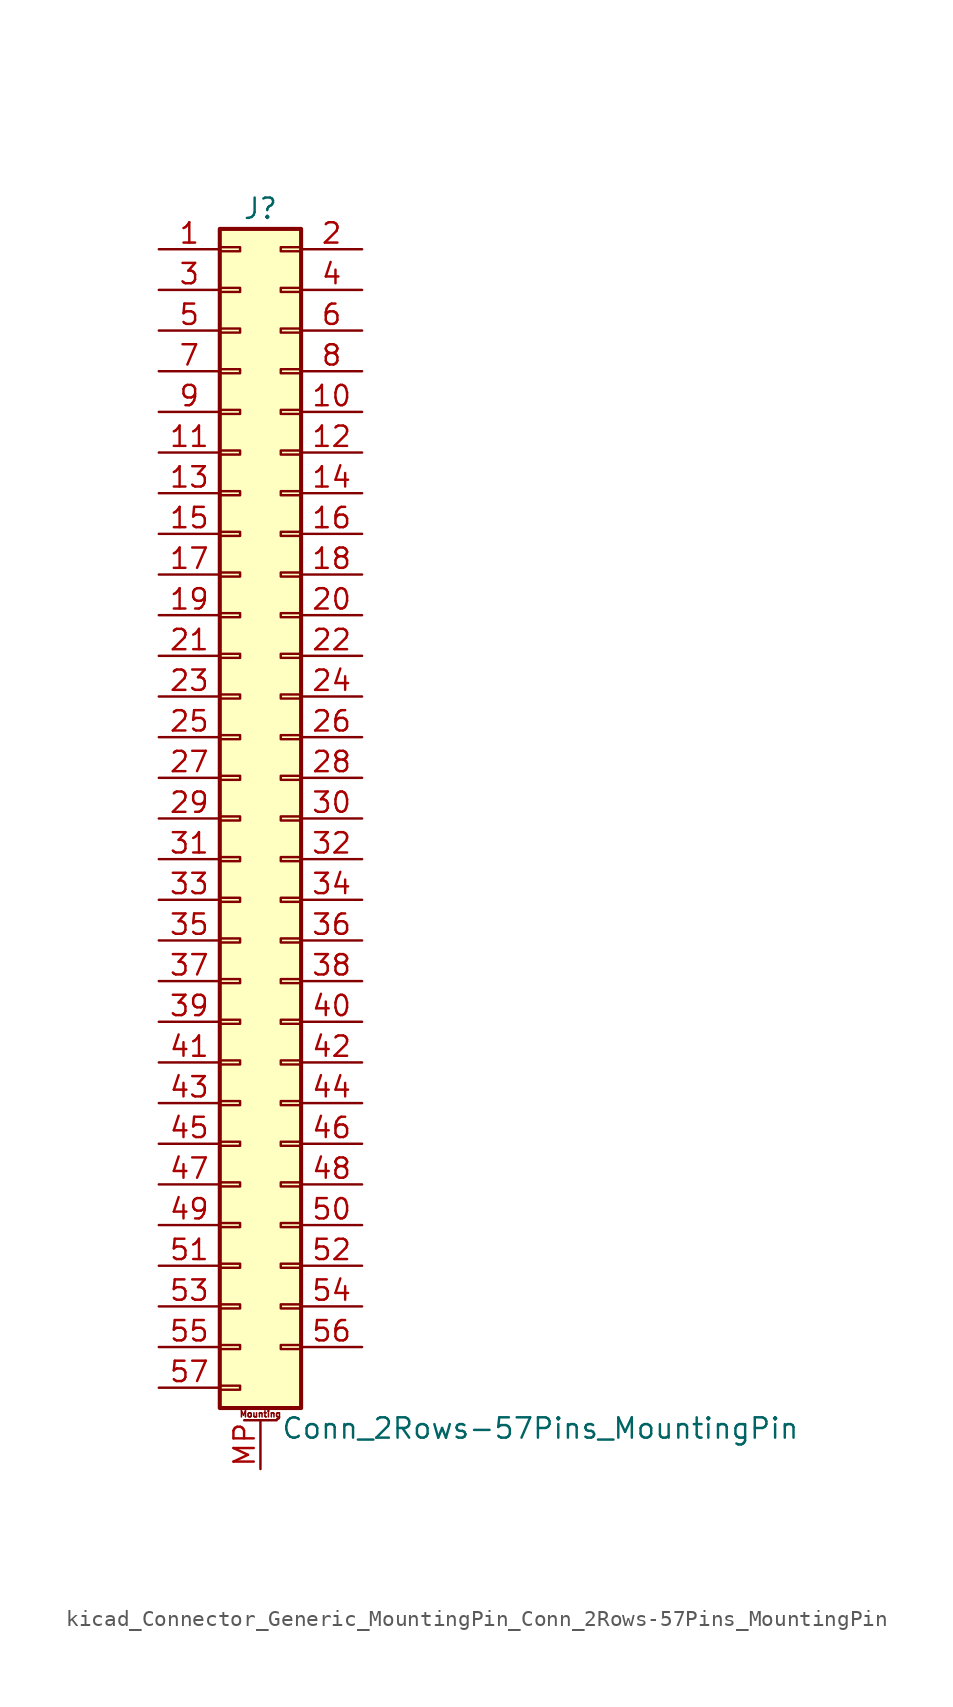
<source format=kicad_sym>
(kicad_symbol_lib
  (version 20220914)
  (generator kicad_symbol_editor)
  (symbol "kicad_Connector_Generic_MountingPin_Conn_2Rows-57Pins_MountingPin"
    (pin_names
      (offset 1.016) hide)
    (property "Reference" "J"
      (at 1.27 38.1 0)
      (effects (font (size 1.27 1.27))))
    (property "Value" "Conn_2Rows-57Pins_MountingPin"
      (at 2.54 -38.1 0)
      (effects (font (size 1.27 1.27)) (justify left)))
    (symbol "kicad_Connector_Generic_MountingPin_Conn_2Rows-57Pins_MountingPin_1_1"
      (rectangle (start -1.27 -35.433) (end 0 -35.687) (stroke (width 0.152) (type default)) (fill (type none)))
      (rectangle (start -1.27 -32.893) (end 0 -33.147) (stroke (width 0.152) (type default)) (fill (type none)))
      (rectangle (start -1.27 -30.353) (end 0 -30.607) (stroke (width 0.152) (type default)) (fill (type none)))
      (rectangle (start -1.27 -27.813) (end 0 -28.067) (stroke (width 0.152) (type default)) (fill (type none)))
      (rectangle (start -1.27 -25.273) (end 0 -25.527) (stroke (width 0.152) (type default)) (fill (type none)))
      (rectangle (start -1.27 -22.733) (end 0 -22.987) (stroke (width 0.152) (type default)) (fill (type none)))
      (rectangle (start -1.27 -20.193) (end 0 -20.447) (stroke (width 0.152) (type default)) (fill (type none)))
      (rectangle (start -1.27 -17.653) (end 0 -17.907) (stroke (width 0.152) (type default)) (fill (type none)))
      (rectangle (start -1.27 -15.113) (end 0 -15.367) (stroke (width 0.152) (type default)) (fill (type none)))
      (rectangle (start -1.27 -12.573) (end 0 -12.827) (stroke (width 0.152) (type default)) (fill (type none)))
      (rectangle (start -1.27 -10.033) (end 0 -10.287) (stroke (width 0.152) (type default)) (fill (type none)))
      (rectangle (start -1.27 -7.493) (end 0 -7.747) (stroke (width 0.152) (type default)) (fill (type none)))
      (rectangle (start -1.27 -4.953) (end 0 -5.207) (stroke (width 0.152) (type default)) (fill (type none)))
      (rectangle (start -1.27 -2.413) (end 0 -2.667) (stroke (width 0.152) (type default)) (fill (type none)))
      (rectangle (start -1.27 0.127) (end 0 -0.127) (stroke (width 0.152) (type default)) (fill (type none)))
      (rectangle (start -1.27 2.667) (end 0 2.413) (stroke (width 0.152) (type default)) (fill (type none)))
      (rectangle (start -1.27 5.207) (end 0 4.953) (stroke (width 0.152) (type default)) (fill (type none)))
      (rectangle (start -1.27 7.747) (end 0 7.493) (stroke (width 0.152) (type default)) (fill (type none)))
      (rectangle (start -1.27 10.287) (end 0 10.033) (stroke (width 0.152) (type default)) (fill (type none)))
      (rectangle (start -1.27 12.827) (end 0 12.573) (stroke (width 0.152) (type default)) (fill (type none)))
      (rectangle (start -1.27 15.367) (end 0 15.113) (stroke (width 0.152) (type default)) (fill (type none)))
      (rectangle (start -1.27 17.907) (end 0 17.653) (stroke (width 0.152) (type default)) (fill (type none)))
      (rectangle (start -1.27 20.447) (end 0 20.193) (stroke (width 0.152) (type default)) (fill (type none)))
      (rectangle (start -1.27 22.987) (end 0 22.733) (stroke (width 0.152) (type default)) (fill (type none)))
      (rectangle (start -1.27 25.527) (end 0 25.273) (stroke (width 0.152) (type default)) (fill (type none)))
      (rectangle (start -1.27 28.067) (end 0 27.813) (stroke (width 0.152) (type default)) (fill (type none)))
      (rectangle (start -1.27 30.607) (end 0 30.353) (stroke (width 0.152) (type default)) (fill (type none)))
      (rectangle (start -1.27 33.147) (end 0 32.893) (stroke (width 0.152) (type default)) (fill (type none)))
      (rectangle (start -1.27 35.687) (end 0 35.433) (stroke (width 0.152) (type default)) (fill (type none)))
      (rectangle (start -1.27 36.83) (end 3.81 -36.83) (stroke (width 0.254) (type default)) (fill (type background)))
      (polyline (pts (xy 0.254 -37.592) (xy 2.286 -37.592)) (stroke (width 0.152) (type default)) (fill (type none)))
      (rectangle (start 3.81 -32.893) (end 2.54 -33.147) (stroke (width 0.152) (type default)) (fill (type none)))
      (rectangle (start 3.81 -30.353) (end 2.54 -30.607) (stroke (width 0.152) (type default)) (fill (type none)))
      (rectangle (start 3.81 -27.813) (end 2.54 -28.067) (stroke (width 0.152) (type default)) (fill (type none)))
      (rectangle (start 3.81 -25.273) (end 2.54 -25.527) (stroke (width 0.152) (type default)) (fill (type none)))
      (rectangle (start 3.81 -22.733) (end 2.54 -22.987) (stroke (width 0.152) (type default)) (fill (type none)))
      (rectangle (start 3.81 -20.193) (end 2.54 -20.447) (stroke (width 0.152) (type default)) (fill (type none)))
      (rectangle (start 3.81 -17.653) (end 2.54 -17.907) (stroke (width 0.152) (type default)) (fill (type none)))
      (rectangle (start 3.81 -15.113) (end 2.54 -15.367) (stroke (width 0.152) (type default)) (fill (type none)))
      (rectangle (start 3.81 -12.573) (end 2.54 -12.827) (stroke (width 0.152) (type default)) (fill (type none)))
      (rectangle (start 3.81 -10.033) (end 2.54 -10.287) (stroke (width 0.152) (type default)) (fill (type none)))
      (rectangle (start 3.81 -7.493) (end 2.54 -7.747) (stroke (width 0.152) (type default)) (fill (type none)))
      (rectangle (start 3.81 -4.953) (end 2.54 -5.207) (stroke (width 0.152) (type default)) (fill (type none)))
      (rectangle (start 3.81 -2.413) (end 2.54 -2.667) (stroke (width 0.152) (type default)) (fill (type none)))
      (rectangle (start 3.81 0.127) (end 2.54 -0.127) (stroke (width 0.152) (type default)) (fill (type none)))
      (rectangle (start 3.81 2.667) (end 2.54 2.413) (stroke (width 0.152) (type default)) (fill (type none)))
      (rectangle (start 3.81 5.207) (end 2.54 4.953) (stroke (width 0.152) (type default)) (fill (type none)))
      (rectangle (start 3.81 7.747) (end 2.54 7.493) (stroke (width 0.152) (type default)) (fill (type none)))
      (rectangle (start 3.81 10.287) (end 2.54 10.033) (stroke (width 0.152) (type default)) (fill (type none)))
      (rectangle (start 3.81 12.827) (end 2.54 12.573) (stroke (width 0.152) (type default)) (fill (type none)))
      (rectangle (start 3.81 15.367) (end 2.54 15.113) (stroke (width 0.152) (type default)) (fill (type none)))
      (rectangle (start 3.81 17.907) (end 2.54 17.653) (stroke (width 0.152) (type default)) (fill (type none)))
      (rectangle (start 3.81 20.447) (end 2.54 20.193) (stroke (width 0.152) (type default)) (fill (type none)))
      (rectangle (start 3.81 22.987) (end 2.54 22.733) (stroke (width 0.152) (type default)) (fill (type none)))
      (rectangle (start 3.81 25.527) (end 2.54 25.273) (stroke (width 0.152) (type default)) (fill (type none)))
      (rectangle (start 3.81 28.067) (end 2.54 27.813) (stroke (width 0.152) (type default)) (fill (type none)))
      (rectangle (start 3.81 30.607) (end 2.54 30.353) (stroke (width 0.152) (type default)) (fill (type none)))
      (rectangle (start 3.81 33.147) (end 2.54 32.893) (stroke (width 0.152) (type default)) (fill (type none)))
      (rectangle (start 3.81 35.687) (end 2.54 35.433) (stroke (width 0.152) (type default)) (fill (type none)))
      (text "Mounting" (at 1.27 -37.211 0) (effects (font (size 0.381 0.381))))
      (pin passive line (at -5.08 35.56 0) (length 3.81) (name "Pin_1" (effects (font (size 1.27 1.27)))) (number "1" (effects (font (size 1.27 1.27)))))
      (pin passive line (at 7.62 25.4 180) (length 3.81) (name "Pin_10" (effects (font (size 1.27 1.27)))) (number "10" (effects (font (size 1.27 1.27)))))
      (pin passive line (at -5.08 22.86 0) (length 3.81) (name "Pin_11" (effects (font (size 1.27 1.27)))) (number "11" (effects (font (size 1.27 1.27)))))
      (pin passive line (at 7.62 22.86 180) (length 3.81) (name "Pin_12" (effects (font (size 1.27 1.27)))) (number "12" (effects (font (size 1.27 1.27)))))
      (pin passive line (at -5.08 20.32 0) (length 3.81) (name "Pin_13" (effects (font (size 1.27 1.27)))) (number "13" (effects (font (size 1.27 1.27)))))
      (pin passive line (at 7.62 20.32 180) (length 3.81) (name "Pin_14" (effects (font (size 1.27 1.27)))) (number "14" (effects (font (size 1.27 1.27)))))
      (pin passive line (at -5.08 17.78 0) (length 3.81) (name "Pin_15" (effects (font (size 1.27 1.27)))) (number "15" (effects (font (size 1.27 1.27)))))
      (pin passive line (at 7.62 17.78 180) (length 3.81) (name "Pin_16" (effects (font (size 1.27 1.27)))) (number "16" (effects (font (size 1.27 1.27)))))
      (pin passive line (at -5.08 15.24 0) (length 3.81) (name "Pin_17" (effects (font (size 1.27 1.27)))) (number "17" (effects (font (size 1.27 1.27)))))
      (pin passive line (at 7.62 15.24 180) (length 3.81) (name "Pin_18" (effects (font (size 1.27 1.27)))) (number "18" (effects (font (size 1.27 1.27)))))
      (pin passive line (at -5.08 12.7 0) (length 3.81) (name "Pin_19" (effects (font (size 1.27 1.27)))) (number "19" (effects (font (size 1.27 1.27)))))
      (pin passive line (at 7.62 35.56 180) (length 3.81) (name "Pin_2" (effects (font (size 1.27 1.27)))) (number "2" (effects (font (size 1.27 1.27)))))
      (pin passive line (at 7.62 12.7 180) (length 3.81) (name "Pin_20" (effects (font (size 1.27 1.27)))) (number "20" (effects (font (size 1.27 1.27)))))
      (pin passive line (at -5.08 10.16 0) (length 3.81) (name "Pin_21" (effects (font (size 1.27 1.27)))) (number "21" (effects (font (size 1.27 1.27)))))
      (pin passive line (at 7.62 10.16 180) (length 3.81) (name "Pin_22" (effects (font (size 1.27 1.27)))) (number "22" (effects (font (size 1.27 1.27)))))
      (pin passive line (at -5.08 7.62 0) (length 3.81) (name "Pin_23" (effects (font (size 1.27 1.27)))) (number "23" (effects (font (size 1.27 1.27)))))
      (pin passive line (at 7.62 7.62 180) (length 3.81) (name "Pin_24" (effects (font (size 1.27 1.27)))) (number "24" (effects (font (size 1.27 1.27)))))
      (pin passive line (at -5.08 5.08 0) (length 3.81) (name "Pin_25" (effects (font (size 1.27 1.27)))) (number "25" (effects (font (size 1.27 1.27)))))
      (pin passive line (at 7.62 5.08 180) (length 3.81) (name "Pin_26" (effects (font (size 1.27 1.27)))) (number "26" (effects (font (size 1.27 1.27)))))
      (pin passive line (at -5.08 2.54 0) (length 3.81) (name "Pin_27" (effects (font (size 1.27 1.27)))) (number "27" (effects (font (size 1.27 1.27)))))
      (pin passive line (at 7.62 2.54 180) (length 3.81) (name "Pin_28" (effects (font (size 1.27 1.27)))) (number "28" (effects (font (size 1.27 1.27)))))
      (pin passive line (at -5.08 0 0) (length 3.81) (name "Pin_29" (effects (font (size 1.27 1.27)))) (number "29" (effects (font (size 1.27 1.27)))))
      (pin passive line (at -5.08 33.02 0) (length 3.81) (name "Pin_3" (effects (font (size 1.27 1.27)))) (number "3" (effects (font (size 1.27 1.27)))))
      (pin passive line (at 7.62 0 180) (length 3.81) (name "Pin_30" (effects (font (size 1.27 1.27)))) (number "30" (effects (font (size 1.27 1.27)))))
      (pin passive line (at -5.08 -2.54 0) (length 3.81) (name "Pin_31" (effects (font (size 1.27 1.27)))) (number "31" (effects (font (size 1.27 1.27)))))
      (pin passive line (at 7.62 -2.54 180) (length 3.81) (name "Pin_32" (effects (font (size 1.27 1.27)))) (number "32" (effects (font (size 1.27 1.27)))))
      (pin passive line (at -5.08 -5.08 0) (length 3.81) (name "Pin_33" (effects (font (size 1.27 1.27)))) (number "33" (effects (font (size 1.27 1.27)))))
      (pin passive line (at 7.62 -5.08 180) (length 3.81) (name "Pin_34" (effects (font (size 1.27 1.27)))) (number "34" (effects (font (size 1.27 1.27)))))
      (pin passive line (at -5.08 -7.62 0) (length 3.81) (name "Pin_35" (effects (font (size 1.27 1.27)))) (number "35" (effects (font (size 1.27 1.27)))))
      (pin passive line (at 7.62 -7.62 180) (length 3.81) (name "Pin_36" (effects (font (size 1.27 1.27)))) (number "36" (effects (font (size 1.27 1.27)))))
      (pin passive line (at -5.08 -10.16 0) (length 3.81) (name "Pin_37" (effects (font (size 1.27 1.27)))) (number "37" (effects (font (size 1.27 1.27)))))
      (pin passive line (at 7.62 -10.16 180) (length 3.81) (name "Pin_38" (effects (font (size 1.27 1.27)))) (number "38" (effects (font (size 1.27 1.27)))))
      (pin passive line (at -5.08 -12.7 0) (length 3.81) (name "Pin_39" (effects (font (size 1.27 1.27)))) (number "39" (effects (font (size 1.27 1.27)))))
      (pin passive line (at 7.62 33.02 180) (length 3.81) (name "Pin_4" (effects (font (size 1.27 1.27)))) (number "4" (effects (font (size 1.27 1.27)))))
      (pin passive line (at 7.62 -12.7 180) (length 3.81) (name "Pin_40" (effects (font (size 1.27 1.27)))) (number "40" (effects (font (size 1.27 1.27)))))
      (pin passive line (at -5.08 -15.24 0) (length 3.81) (name "Pin_41" (effects (font (size 1.27 1.27)))) (number "41" (effects (font (size 1.27 1.27)))))
      (pin passive line (at 7.62 -15.24 180) (length 3.81) (name "Pin_42" (effects (font (size 1.27 1.27)))) (number "42" (effects (font (size 1.27 1.27)))))
      (pin passive line (at -5.08 -17.78 0) (length 3.81) (name "Pin_43" (effects (font (size 1.27 1.27)))) (number "43" (effects (font (size 1.27 1.27)))))
      (pin passive line (at 7.62 -17.78 180) (length 3.81) (name "Pin_44" (effects (font (size 1.27 1.27)))) (number "44" (effects (font (size 1.27 1.27)))))
      (pin passive line (at -5.08 -20.32 0) (length 3.81) (name "Pin_45" (effects (font (size 1.27 1.27)))) (number "45" (effects (font (size 1.27 1.27)))))
      (pin passive line (at 7.62 -20.32 180) (length 3.81) (name "Pin_46" (effects (font (size 1.27 1.27)))) (number "46" (effects (font (size 1.27 1.27)))))
      (pin passive line (at -5.08 -22.86 0) (length 3.81) (name "Pin_47" (effects (font (size 1.27 1.27)))) (number "47" (effects (font (size 1.27 1.27)))))
      (pin passive line (at 7.62 -22.86 180) (length 3.81) (name "Pin_48" (effects (font (size 1.27 1.27)))) (number "48" (effects (font (size 1.27 1.27)))))
      (pin passive line (at -5.08 -25.4 0) (length 3.81) (name "Pin_49" (effects (font (size 1.27 1.27)))) (number "49" (effects (font (size 1.27 1.27)))))
      (pin passive line (at -5.08 30.48 0) (length 3.81) (name "Pin_5" (effects (font (size 1.27 1.27)))) (number "5" (effects (font (size 1.27 1.27)))))
      (pin passive line (at 7.62 -25.4 180) (length 3.81) (name "Pin_50" (effects (font (size 1.27 1.27)))) (number "50" (effects (font (size 1.27 1.27)))))
      (pin passive line (at -5.08 -27.94 0) (length 3.81) (name "Pin_51" (effects (font (size 1.27 1.27)))) (number "51" (effects (font (size 1.27 1.27)))))
      (pin passive line (at 7.62 -27.94 180) (length 3.81) (name "Pin_52" (effects (font (size 1.27 1.27)))) (number "52" (effects (font (size 1.27 1.27)))))
      (pin passive line (at -5.08 -30.48 0) (length 3.81) (name "Pin_53" (effects (font (size 1.27 1.27)))) (number "53" (effects (font (size 1.27 1.27)))))
      (pin passive line (at 7.62 -30.48 180) (length 3.81) (name "Pin_54" (effects (font (size 1.27 1.27)))) (number "54" (effects (font (size 1.27 1.27)))))
      (pin passive line (at -5.08 -33.02 0) (length 3.81) (name "Pin_55" (effects (font (size 1.27 1.27)))) (number "55" (effects (font (size 1.27 1.27)))))
      (pin passive line (at 7.62 -33.02 180) (length 3.81) (name "Pin_56" (effects (font (size 1.27 1.27)))) (number "56" (effects (font (size 1.27 1.27)))))
      (pin passive line (at -5.08 -35.56 0) (length 3.81) (name "Pin_57" (effects (font (size 1.27 1.27)))) (number "57" (effects (font (size 1.27 1.27)))))
      (pin passive line (at 7.62 30.48 180) (length 3.81) (name "Pin_6" (effects (font (size 1.27 1.27)))) (number "6" (effects (font (size 1.27 1.27)))))
      (pin passive line (at -5.08 27.94 0) (length 3.81) (name "Pin_7" (effects (font (size 1.27 1.27)))) (number "7" (effects (font (size 1.27 1.27)))))
      (pin passive line (at 7.62 27.94 180) (length 3.81) (name "Pin_8" (effects (font (size 1.27 1.27)))) (number "8" (effects (font (size 1.27 1.27)))))
      (pin passive line (at -5.08 25.4 0) (length 3.81) (name "Pin_9" (effects (font (size 1.27 1.27)))) (number "9" (effects (font (size 1.27 1.27)))))
      (pin passive line (at 1.27 -40.64 90) (length 3.048) (name "MountPin" (effects (font (size 1.27 1.27)))) (number "MP" (effects (font (size 1.27 1.27))))))))
</source>
